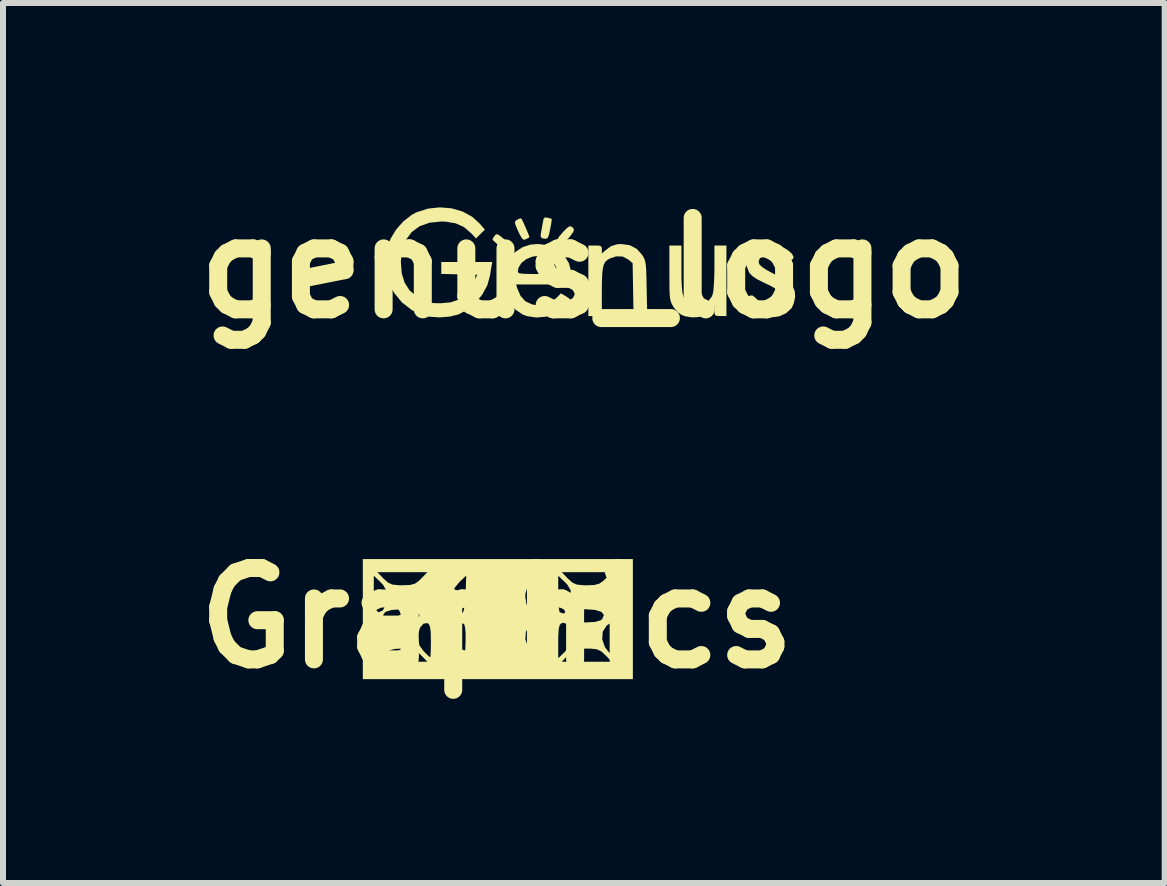
<source format=kicad_pcb>
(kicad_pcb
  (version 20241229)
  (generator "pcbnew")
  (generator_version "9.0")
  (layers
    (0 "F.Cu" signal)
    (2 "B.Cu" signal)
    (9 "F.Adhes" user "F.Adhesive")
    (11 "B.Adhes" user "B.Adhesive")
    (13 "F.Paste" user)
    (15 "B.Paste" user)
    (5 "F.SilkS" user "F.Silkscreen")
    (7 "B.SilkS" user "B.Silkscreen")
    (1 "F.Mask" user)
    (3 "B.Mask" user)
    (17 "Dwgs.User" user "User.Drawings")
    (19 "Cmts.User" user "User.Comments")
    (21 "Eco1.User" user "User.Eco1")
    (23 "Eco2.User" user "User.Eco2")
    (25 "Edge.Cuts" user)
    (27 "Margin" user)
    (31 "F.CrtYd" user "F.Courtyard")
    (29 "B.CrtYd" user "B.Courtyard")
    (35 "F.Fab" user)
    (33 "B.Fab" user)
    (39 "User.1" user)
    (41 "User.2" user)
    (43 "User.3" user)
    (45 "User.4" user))
  (footprint "genus_logo"
    (layer "F.Cu")
    (at 6.684 1.418)
    (property "Reference" "genus_logo" (at 0 0 0) (layer "F.SilkS") (effects (font (size 1.524 1.524) (thickness 0.3))))
    (attr board_only exclude_from_pos_files exclude_from_bom)
    (fp_poly (pts (xy -0.208 -0.693) (xy -0.176 -0.664) (xy -0.165 -0.637) (xy -0.177 -0.6) (xy -0.218 -0.543) (xy -0.252 -0.501) (xy -0.314 -0.429) (xy -0.355 -0.39) (xy -0.382 -0.38) (xy -0.406 -0.392) (xy -0.42 -0.405) (xy -0.444 -0.439) (xy -0.442 -0.475) (xy -0.411 -0.526) (xy -0.352 -0.594) (xy -0.287 -0.662) (xy -0.242 -0.694)) (stroke (width 0) (type solid)) (fill yes) (layer "F.SilkS"))
    (fp_poly (pts (xy -1.405 -0.542) (xy -1.343 -0.492) (xy -1.338 -0.488) (xy -1.256 -0.416) (xy -1.214 -0.363) (xy -1.208 -0.321) (xy -1.23 -0.286) (xy -1.254 -0.27) (xy -1.285 -0.276) (xy -1.334 -0.308) (xy -1.395 -0.356) (xy -1.46 -0.412) (xy -1.507 -0.455) (xy -1.524 -0.475) (xy -1.511 -0.503) (xy -1.489 -0.535) (xy -1.467 -0.56) (xy -1.443 -0.563)) (stroke (width 0) (type solid)) (fill yes) (layer "F.SilkS"))
    (fp_poly (pts (xy -1.04 -0.822) (xy -1.024 -0.792) (xy -0.997 -0.735) (xy -0.966 -0.663) (xy -0.936 -0.593) (xy -0.914 -0.538) (xy -0.907 -0.513) (xy -0.907 -0.513) (xy -0.931 -0.498) (xy -0.965 -0.48) (xy -0.996 -0.47) (xy -1.021 -0.482) (xy -1.05 -0.524) (xy -1.084 -0.59) (xy -1.12 -0.669) (xy -1.144 -0.733) (xy -1.151 -0.762) (xy -1.133 -0.791) (xy -1.092 -0.817) (xy -1.053 -0.827)) (stroke (width 0) (type solid)) (fill yes) (layer "F.SilkS"))
    (fp_poly (pts (xy -0.611 -0.84) (xy -0.603 -0.838) (xy -0.554 -0.825) (xy -0.535 -0.818) (xy -0.537 -0.793) (xy -0.546 -0.732) (xy -0.561 -0.652) (xy -0.58 -0.559) (xy -0.6 -0.507) (xy -0.629 -0.487) (xy -0.672 -0.49) (xy -0.685 -0.493) (xy -0.716 -0.512) (xy -0.72 -0.554) (xy -0.715 -0.584) (xy -0.7 -0.665) (xy -0.685 -0.754) (xy -0.684 -0.759) (xy -0.671 -0.82) (xy -0.651 -0.843)) (stroke (width 0) (type solid)) (fill yes) (layer "F.SilkS"))
    (fp_poly (pts (xy 0.767 -0.38) (xy 0.883 -0.318) (xy 0.968 -0.223) (xy 0.993 -0.184) (xy 1.011 -0.148) (xy 1.024 -0.106) (xy 1.033 -0.051) (xy 1.039 0.027) (xy 1.043 0.136) (xy 1.046 0.283) (xy 1.047 0.342) (xy 1.057 0.801) (xy 0.829 0.801) (xy 0.813 -0.08) (xy 0.743 -0.14) (xy 0.648 -0.191) (xy 0.539 -0.194) (xy 0.439 -0.161) (xy 0.391 -0.134) (xy 0.355 -0.099) (xy 0.33 -0.049) (xy 0.314 0.023) (xy 0.305 0.124) (xy 0.301 0.263) (xy 0.3 0.402) (xy 0.3 0.801) (xy 0.075 0.801) (xy 0.075 -0.375) (xy 0.188 -0.375) (xy 0.257 -0.373) (xy 0.29 -0.36) (xy 0.3 -0.329) (xy 0.3 -0.308) (xy 0.3 -0.242) (xy 0.357 -0.293) (xy 0.454 -0.364) (xy 0.556 -0.396) (xy 0.625 -0.4)) (stroke (width 0) (type solid)) (fill yes) (layer "F.SilkS"))
    (fp_poly (pts (xy 1.627 0.013) (xy 1.628 0.187) (xy 1.634 0.317) (xy 1.643 0.411) (xy 1.658 0.475) (xy 1.663 0.489) (xy 1.719 0.568) (xy 1.799 0.613) (xy 1.892 0.625) (xy 1.986 0.607) (xy 2.07 0.558) (xy 2.131 0.481) (xy 2.15 0.433) (xy 2.16 0.373) (xy 2.168 0.276) (xy 2.174 0.153) (xy 2.177 0.016) (xy 2.177 -0.019) (xy 2.177 -0.375) (xy 2.377 -0.375) (xy 2.377 0.801) (xy 2.277 0.801) (xy 2.213 0.798) (xy 2.185 0.782) (xy 2.177 0.741) (xy 2.177 0.721) (xy 2.177 0.641) (xy 2.108 0.705) (xy 2.047 0.757) (xy 1.989 0.796) (xy 1.985 0.798) (xy 1.901 0.82) (xy 1.795 0.823) (xy 1.689 0.805) (xy 1.632 0.784) (xy 1.568 0.737) (xy 1.506 0.667) (xy 1.488 0.639) (xy 1.466 0.599) (xy 1.45 0.561) (xy 1.439 0.515) (xy 1.432 0.454) (xy 1.428 0.369) (xy 1.427 0.251) (xy 1.426 0.091) (xy 1.426 0.079) (xy 1.426 -0.375) (xy 1.627 -0.375)) (stroke (width 0) (type solid)) (fill yes) (layer "F.SilkS"))
    (fp_poly (pts (xy -0.589 -0.377) (xy -0.445 -0.313) (xy -0.33 -0.212) (xy -0.249 -0.08) (xy -0.206 0.08) (xy -0.2 0.172) (xy -0.2 0.275) (xy -1.129 0.275) (xy -1.113 0.332) (xy -1.056 0.464) (xy -0.976 0.554) (xy -0.869 0.605) (xy -0.808 0.618) (xy -0.666 0.613) (xy -0.537 0.562) (xy -0.456 0.498) (xy -0.383 0.423) (xy -0.304 0.468) (xy -0.252 0.502) (xy -0.226 0.527) (xy -0.225 0.53) (xy -0.245 0.572) (xy -0.296 0.629) (xy -0.367 0.689) (xy -0.447 0.743) (xy -0.481 0.761) (xy -0.63 0.812) (xy -0.792 0.826) (xy -0.947 0.803) (xy -1.015 0.778) (xy -1.136 0.698) (xy -1.23 0.584) (xy -1.295 0.446) (xy -1.33 0.295) (xy -1.333 0.139) (xy -1.318 0.056) (xy -1.1 0.056) (xy -1.096 0.074) (xy -1.078 0.087) (xy -1.038 0.094) (xy -0.968 0.098) (xy -0.86 0.1) (xy -0.78 0.1) (xy -0.658 0.099) (xy -0.555 0.096) (xy -0.481 0.092) (xy -0.445 0.086) (xy -0.444 0.085) (xy -0.439 0.049) (xy -0.46 -0.01) (xy -0.499 -0.076) (xy -0.549 -0.133) (xy -0.555 -0.137) (xy -0.647 -0.187) (xy -0.752 -0.203) (xy -0.86 -0.189) (xy -0.96 -0.148) (xy -1.04 -0.085) (xy -1.09 -0.004) (xy -1.1 0.056) (xy -1.318 0.056) (xy -1.305 -0.012) (xy -1.243 -0.149) (xy -1.147 -0.263) (xy -1.143 -0.266) (xy -1.022 -0.347) (xy -0.892 -0.39) (xy -0.758 -0.4)) (stroke (width 0) (type solid)) (fill yes) (layer "F.SilkS"))
    (fp_poly (pts (xy -2.206 -0.995) (xy -2.023 -0.942) (xy -1.861 -0.854) (xy -1.736 -0.74) (xy -1.65 -0.64) (xy -1.724 -0.567) (xy -1.798 -0.493) (xy -1.884 -0.584) (xy -2.001 -0.683) (xy -2.136 -0.744) (xy -2.298 -0.772) (xy -2.377 -0.775) (xy -2.573 -0.755) (xy -2.738 -0.696) (xy -2.87 -0.599) (xy -2.968 -0.468) (xy -3.029 -0.304) (xy -3.051 -0.111) (xy -3.051 -0.1) (xy -3.036 0.091) (xy -2.987 0.247) (xy -2.904 0.375) (xy -2.781 0.479) (xy -2.722 0.515) (xy -2.646 0.553) (xy -2.578 0.576) (xy -2.498 0.586) (xy -2.39 0.588) (xy -2.217 0.572) (xy -2.078 0.524) (xy -1.966 0.438) (xy -1.873 0.31) (xy -1.836 0.238) (xy -1.778 0.113) (xy -2.078 0.106) (xy -2.377 0.099) (xy -2.377 -0.1) (xy -1.526 -0.1) (xy -1.537 -0.044) (xy -1.548 0.016) (xy -1.56 0.098) (xy -1.564 0.124) (xy -1.609 0.288) (xy -1.695 0.446) (xy -1.814 0.589) (xy -1.955 0.704) (xy -2.093 0.775) (xy -2.24 0.811) (xy -2.409 0.824) (xy -2.574 0.812) (xy -2.67 0.79) (xy -2.865 0.704) (xy -3.03 0.577) (xy -3.164 0.413) (xy -3.234 0.286) (xy -3.262 0.216) (xy -3.279 0.144) (xy -3.288 0.054) (xy -3.291 -0.069) (xy -3.291 -0.088) (xy -3.289 -0.21) (xy -3.282 -0.298) (xy -3.268 -0.37) (xy -3.242 -0.441) (xy -3.219 -0.494) (xy -3.128 -0.643) (xy -3.007 -0.779) (xy -2.869 -0.886) (xy -2.789 -0.929) (xy -2.598 -0.99) (xy -2.401 -1.011)) (stroke (width 0) (type solid)) (fill yes) (layer "F.SilkS"))
    (fp_poly (pts (xy 3.281 -0.362) (xy 3.318 -0.347) (xy 3.394 -0.302) (xy 3.455 -0.252) (xy 3.472 -0.231) (xy 3.497 -0.186) (xy 3.49 -0.156) (xy 3.452 -0.123) (xy 3.405 -0.089) (xy 3.369 -0.08) (xy 3.327 -0.096) (xy 3.263 -0.138) (xy 3.175 -0.181) (xy 3.082 -0.201) (xy 2.999 -0.197) (xy 2.941 -0.167) (xy 2.928 -0.15) (xy 2.914 -0.105) (xy 2.925 -0.063) (xy 2.968 -0.019) (xy 3.046 0.033) (xy 3.165 0.097) (xy 3.19 0.109) (xy 3.329 0.184) (xy 3.426 0.25) (xy 3.486 0.316) (xy 3.517 0.387) (xy 3.522 0.47) (xy 3.52 0.497) (xy 3.502 0.583) (xy 3.47 0.658) (xy 3.461 0.672) (xy 3.371 0.755) (xy 3.252 0.807) (xy 3.117 0.825) (xy 2.979 0.808) (xy 2.884 0.773) (xy 2.81 0.727) (xy 2.741 0.67) (xy 2.687 0.611) (xy 2.659 0.563) (xy 2.658 0.545) (xy 2.684 0.517) (xy 2.733 0.481) (xy 2.734 0.481) (xy 2.777 0.458) (xy 2.809 0.458) (xy 2.848 0.485) (xy 2.888 0.524) (xy 2.964 0.583) (xy 3.046 0.612) (xy 3.097 0.619) (xy 3.204 0.616) (xy 3.272 0.58) (xy 3.302 0.513) (xy 3.303 0.488) (xy 3.295 0.44) (xy 3.266 0.396) (xy 3.209 0.352) (xy 3.117 0.3) (xy 3.013 0.25) (xy 2.896 0.192) (xy 2.817 0.141) (xy 2.766 0.09) (xy 2.754 0.071) (xy 2.71 -0.039) (xy 2.71 -0.142) (xy 2.747 -0.233) (xy 2.816 -0.309) (xy 2.91 -0.365) (xy 3.023 -0.395) (xy 3.149 -0.396)) (stroke (width 0) (type solid)) (fill yes) (layer "F.SilkS")))
  (footprint "Graphics"
    (layer "F.Cu")
    (at 5.232 7.254)
    (property "Reference" "Graphics" (at 0 0 0) (layer "F.SilkS") (effects (font (size 1.524 1.524) (thickness 0.3))))
    (attr board_only exclude_from_pos_files exclude_from_bom)
    (fp_poly (pts (xy 2.269 1.019) (xy -2.233 1.019) (xy -2.233 0.728) (xy -1.99 0.728) (xy -1.157 0.728) (xy 1.084 0.728) (xy 1.917 0.728) (xy 1.812 0.619) (xy 1.74 0.554) (xy 1.667 0.521) (xy 1.563 0.51) (xy 1.501 0.509) (xy 1.374 0.515) (xy 1.291 0.537) (xy 1.222 0.586) (xy 1.189 0.619) (xy 1.084 0.728) (xy -1.157 0.728) (xy -1.214 0.669) (xy 1.025 0.669) (xy 1.135 0.564) (xy 1.212 0.471) (xy 1.242 0.369) (xy 1.242 0.356) (xy 1.758 0.356) (xy 1.804 0.485) (xy 1.857 0.556) (xy 1.958 0.66) (xy 1.969 0.397) (xy 1.969 0.261) (xy 1.96 0.155) (xy 1.943 0.098) (xy 1.942 0.097) (xy 1.89 0.087) (xy 1.831 0.127) (xy 1.767 0.229) (xy 1.758 0.356) (xy 1.242 0.356) (xy 1.244 0.307) (xy 1.226 0.18) (xy 1.178 0.1) (xy 1.106 0.079) (xy 1.08 0.086) (xy 1.05 0.115) (xy 1.033 0.183) (xy 1.026 0.303) (xy 1.025 0.388) (xy 1.025 0.669) (xy -1.214 0.669) (xy -1.263 0.619) (xy -1.334 0.554) (xy -1.408 0.521) (xy -1.511 0.51) (xy -1.574 0.509) (xy -1.7 0.515) (xy -1.783 0.537) (xy -1.852 0.586) (xy -1.885 0.619) (xy -1.99 0.728) (xy -2.233 0.728) (xy -2.233 0.326) (xy -1.316 0.326) (xy -1.288 0.458) (xy -1.219 0.553) (xy -1.154 0.618) (xy -1.114 0.653) (xy -1.109 0.655) (xy -1.104 0.622) (xy -1.1 0.533) (xy -1.098 0.407) (xy -1.098 0.381) (xy -1.099 0.356) (xy -0.731 0.356) (xy -0.685 0.485) (xy -0.631 0.556) (xy -0.531 0.66) (xy -0.52 0.397) (xy -0.52 0.356) (xy 0.477 0.356) (xy 0.523 0.485) (xy 0.576 0.556) (xy 0.677 0.66) (xy 0.688 0.397) (xy 0.688 0.261) (xy 0.679 0.155) (xy 0.662 0.098) (xy 0.661 0.097) (xy 0.609 0.087) (xy 0.55 0.127) (xy 0.486 0.229) (xy 0.477 0.356) (xy -0.52 0.356) (xy -0.519 0.261) (xy -0.528 0.155) (xy -0.545 0.098) (xy -0.546 0.097) (xy -0.599 0.087) (xy -0.658 0.127) (xy -0.722 0.229) (xy -0.731 0.356) (xy -1.099 0.356) (xy -1.101 0.232) (xy -1.114 0.142) (xy -1.137 0.096) (xy -1.155 0.085) (xy -1.221 0.093) (xy -1.277 0.157) (xy -1.311 0.261) (xy -1.316 0.326) (xy -2.233 0.326) (xy -2.233 -0.049) (xy -1.895 -0.049) (xy -1.867 0.018) (xy -1.8 0.052) (xy -1.689 0.071) (xy -1.558 0.075) (xy -1.434 0.063) (xy -1.342 0.037) (xy -1.318 0.018) (xy -1.289 -0.049) (xy 1.179 -0.049) (xy 1.208 0.018) (xy 1.272 0.054) (xy 1.395 0.071) (xy 1.482 0.073) (xy 1.638 0.065) (xy 1.731 0.039) (xy 1.757 0.018) (xy 1.786 -0.051) (xy 1.746 -0.102) (xy 1.643 -0.135) (xy 1.482 -0.146) (xy 1.319 -0.134) (xy 1.217 -0.101) (xy 1.179 -0.049) (xy -1.289 -0.049) (xy -1.289 -0.051) (xy -1.328 -0.102) (xy -1.432 -0.135) (xy -1.592 -0.146) (xy -1.755 -0.134) (xy -1.858 -0.101) (xy -1.895 -0.049) (xy -2.233 -0.049) (xy -2.233 -0.705) (xy -2.05 -0.705) (xy -2.05 -0.433) (xy -2.042 -0.253) (xy -2.018 -0.142) (xy -1.977 -0.097) (xy -1.918 -0.116) (xy -1.896 -0.134) (xy -1.843 -0.23) (xy -1.83 -0.345) (xy -1.831 -0.351) (xy -0.732 -0.351) (xy -0.715 -0.237) (xy -0.672 -0.142) (xy -0.615 -0.088) (xy -0.57 -0.084) (xy -0.55 -0.125) (xy -0.533 -0.223) (xy -0.523 -0.351) (xy 0.476 -0.351) (xy 0.493 -0.237) (xy 0.536 -0.142) (xy 0.593 -0.088) (xy 0.638 -0.084) (xy 0.658 -0.125) (xy 0.675 -0.223) (xy 0.686 -0.363) (xy 0.688 -0.402) (xy 0.699 -0.705) (xy 1.025 -0.705) (xy 1.025 -0.413) (xy 1.028 -0.274) (xy 1.035 -0.164) (xy 1.046 -0.103) (xy 1.049 -0.097) (xy 1.112 -0.075) (xy 1.182 -0.123) (xy 1.193 -0.136) (xy 1.225 -0.213) (xy 1.242 -0.322) (xy 1.243 -0.348) (xy 1.23 -0.466) (xy 1.176 -0.558) (xy 1.135 -0.6) (xy 1.025 -0.705) (xy 0.699 -0.705) (xy 0.699 -0.708) (xy 0.587 -0.602) (xy 0.508 -0.507) (xy 0.478 -0.404) (xy 0.476 -0.351) (xy -0.523 -0.351) (xy -0.522 -0.363) (xy -0.52 -0.402) (xy -0.509 -0.708) (xy -0.621 -0.602) (xy -0.7 -0.507) (xy -0.73 -0.404) (xy -0.732 -0.351) (xy -1.831 -0.351) (xy -1.844 -0.465) (xy -1.899 -0.558) (xy -1.94 -0.6) (xy -2.05 -0.705) (xy -2.233 -0.705) (xy -2.233 -0.764) (xy -1.99 -0.764) (xy -1.885 -0.655) (xy -1.813 -0.591) (xy -1.74 -0.558) (xy -1.636 -0.547) (xy -1.574 -0.546) (xy -1.447 -0.551) (xy -1.364 -0.573) (xy -1.296 -0.622) (xy -1.263 -0.655) (xy -1.157 -0.764) (xy 1.084 -0.764) (xy 1.189 -0.655) (xy 1.261 -0.591) (xy 1.334 -0.558) (xy 1.438 -0.547) (xy 1.501 -0.546) (xy 1.627 -0.551) (xy 1.71 -0.573) (xy 1.779 -0.622) (xy 1.812 -0.655) (xy 1.917 -0.764) (xy 1.084 -0.764) (xy -1.157 -0.764) (xy -1.99 -0.764) (xy -2.233 -0.764) (xy -2.233 -0.983) (xy 2.269 -0.983)) (stroke (width 0) (type solid)) (fill yes) (layer "F.SilkS")))
  (gr_rect
    (start -3 -3)
    (end 16.368 11.672)
    (stroke (width 0.1) (type default))
    (fill no)
    (layer "Edge.Cuts")))
</source>
